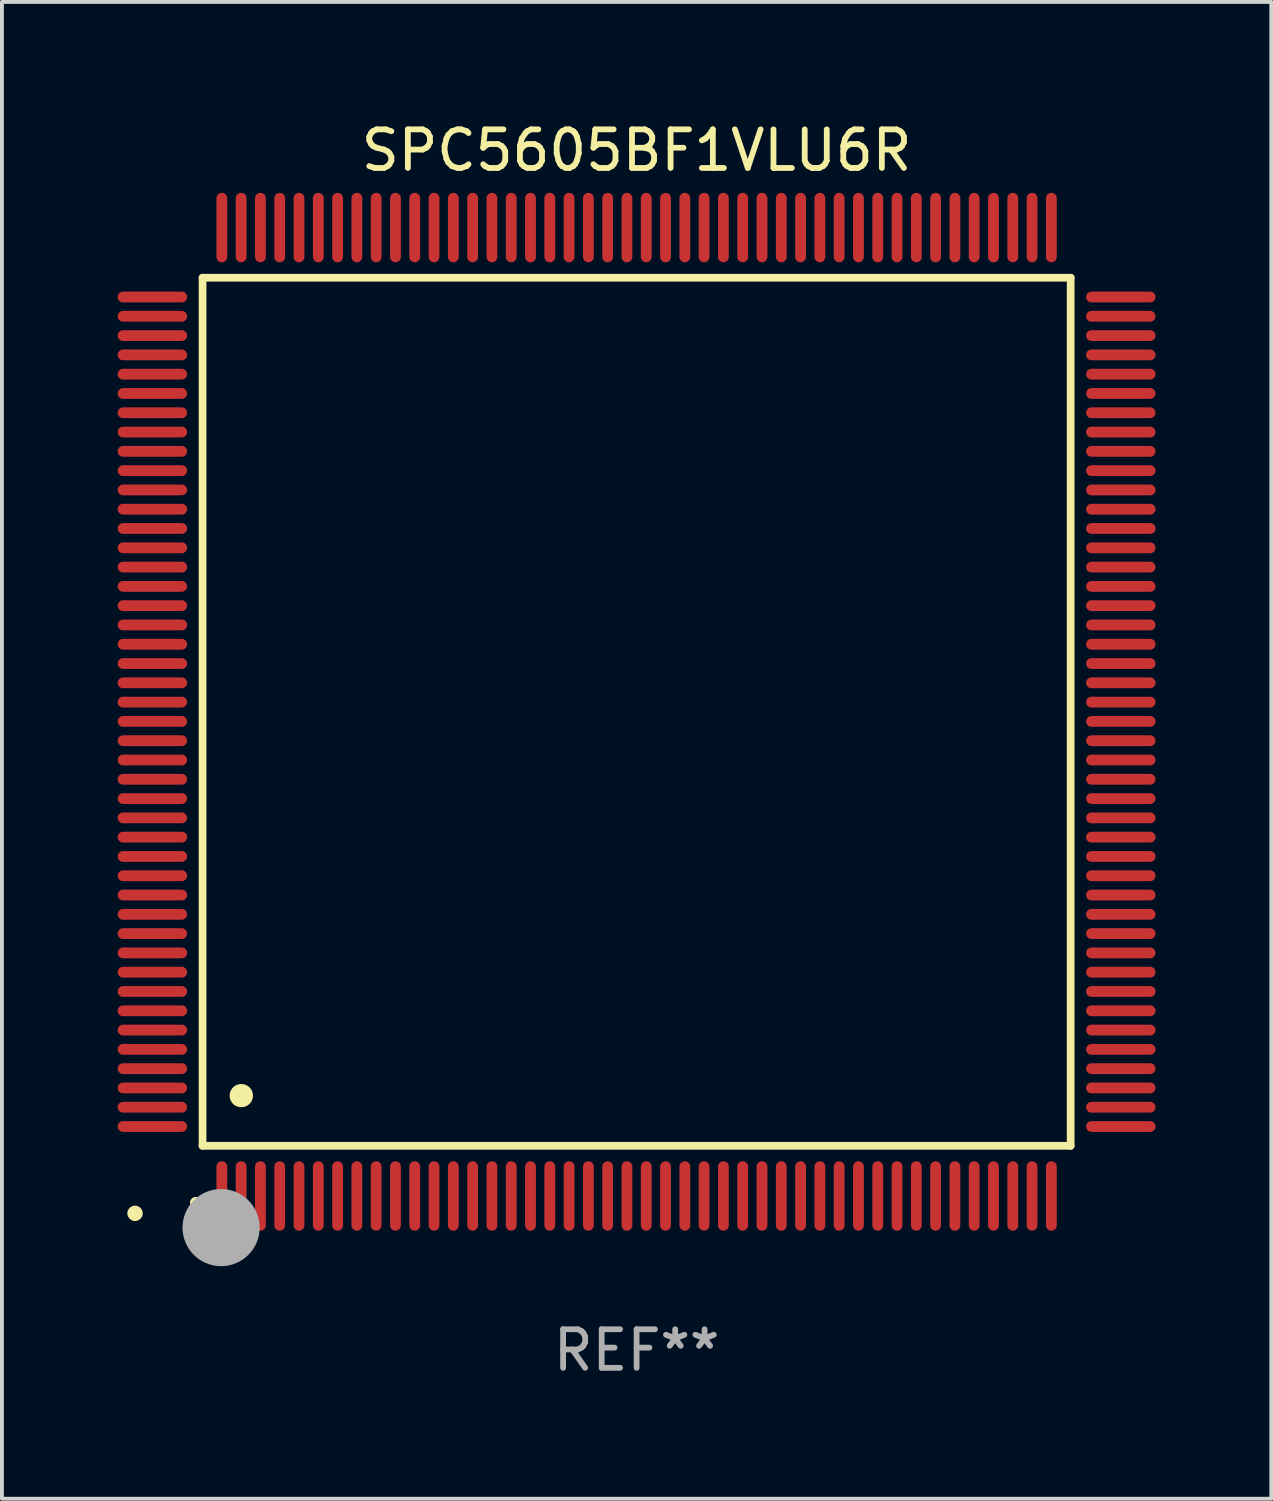
<source format=kicad_pcb>
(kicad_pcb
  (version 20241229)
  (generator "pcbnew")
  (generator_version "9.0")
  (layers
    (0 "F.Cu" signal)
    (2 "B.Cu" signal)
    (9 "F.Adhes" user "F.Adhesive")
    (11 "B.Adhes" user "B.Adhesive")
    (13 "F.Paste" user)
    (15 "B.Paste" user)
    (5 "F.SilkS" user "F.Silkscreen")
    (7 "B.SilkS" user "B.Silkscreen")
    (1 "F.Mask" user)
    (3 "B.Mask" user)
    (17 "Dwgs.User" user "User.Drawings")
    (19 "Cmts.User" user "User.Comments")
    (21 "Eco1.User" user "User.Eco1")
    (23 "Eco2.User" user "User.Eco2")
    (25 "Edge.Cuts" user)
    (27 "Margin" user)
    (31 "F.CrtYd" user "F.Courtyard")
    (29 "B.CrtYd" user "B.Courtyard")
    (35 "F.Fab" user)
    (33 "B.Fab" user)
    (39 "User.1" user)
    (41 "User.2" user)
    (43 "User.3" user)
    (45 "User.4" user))
  (footprint "SPC5605BF1VLU6R"
    (layer "F.Cu")
    (at 13.45 15.398)
    (property "Reference" "SPC5605BF1VLU6R" (at 0 -14.55 0) (layer "F.SilkS") (effects (font (size 1 1) (thickness 0.15))))
    (attr through_hole)
    (fp_line (start -11.25 -11.25) (end 11.25 -11.25) (stroke (width 0.2) (type solid)) (layer "F.SilkS"))
    (fp_line (start -11.25 11.25) (end -11.25 -11.25) (stroke (width 0.2) (type solid)) (layer "F.SilkS"))
    (fp_line (start 11.25 -11.25) (end 11.25 11.25) (stroke (width 0.2) (type solid)) (layer "F.SilkS"))
    (fp_line (start 11.25 11.25) (end -11.25 11.25) (stroke (width 0.2) (type solid)) (layer "F.SilkS"))
    (fp_arc (start -11.424943 12.725425) (mid -11.423673 12.72542) (end -11.422403 12.725425) (stroke (width 0.3) (type solid)) (layer "F.SilkS"))
    (fp_arc (start -10.24892 9.9492) (mid -10.24638 9.949189) (end -10.24384 9.9492) (stroke (width 0.6) (type solid)) (layer "F.SilkS"))
    (fp_circle (center -13 13) (end -12.9 13) (stroke (width 0.2) (type solid)) (fill no) (layer "F.SilkS"))
    (fp_circle (center -10.77 13.37) (end -10.27 13.37) (stroke (width 1) (type solid)) (fill no) (layer "F.Fab"))
    (fp_text user "REF**" (at 0 16.55 0) (layer "F.Fab") (effects (font (size 1 1) (thickness 0.15))))
    (pad "1" smd oval (at -10.75 12.55) (size 0.28 1.8) (layers "F.Cu" "F.Mask" "F.Paste"))
    (pad "2" smd oval (at -10.25 12.55) (size 0.28 1.8) (layers "F.Cu" "F.Mask" "F.Paste"))
    (pad "3" smd oval (at -9.75 12.55) (size 0.28 1.8) (layers "F.Cu" "F.Mask" "F.Paste"))
    (pad "4" smd oval (at -9.25 12.55) (size 0.28 1.8) (layers "F.Cu" "F.Mask" "F.Paste"))
    (pad "5" smd oval (at -8.75 12.55) (size 0.28 1.8) (layers "F.Cu" "F.Mask" "F.Paste"))
    (pad "6" smd oval (at -8.25 12.55) (size 0.28 1.8) (layers "F.Cu" "F.Mask" "F.Paste"))
    (pad "7" smd oval (at -7.75 12.55) (size 0.28 1.8) (layers "F.Cu" "F.Mask" "F.Paste"))
    (pad "8" smd oval (at -7.25 12.55) (size 0.28 1.8) (layers "F.Cu" "F.Mask" "F.Paste"))
    (pad "9" smd oval (at -6.75 12.55) (size 0.28 1.8) (layers "F.Cu" "F.Mask" "F.Paste"))
    (pad "10" smd oval (at -6.25 12.55) (size 0.28 1.8) (layers "F.Cu" "F.Mask" "F.Paste"))
    (pad "11" smd oval (at -5.75 12.55) (size 0.28 1.8) (layers "F.Cu" "F.Mask" "F.Paste"))
    (pad "12" smd oval (at -5.25 12.55) (size 0.28 1.8) (layers "F.Cu" "F.Mask" "F.Paste"))
    (pad "13" smd oval (at -4.75 12.55) (size 0.28 1.8) (layers "F.Cu" "F.Mask" "F.Paste"))
    (pad "14" smd oval (at -4.25 12.55) (size 0.28 1.8) (layers "F.Cu" "F.Mask" "F.Paste"))
    (pad "15" smd oval (at -3.75 12.55) (size 0.28 1.8) (layers "F.Cu" "F.Mask" "F.Paste"))
    (pad "16" smd oval (at -3.25 12.55) (size 0.28 1.8) (layers "F.Cu" "F.Mask" "F.Paste"))
    (pad "17" smd oval (at -2.75 12.55) (size 0.28 1.8) (layers "F.Cu" "F.Mask" "F.Paste"))
    (pad "18" smd oval (at -2.25 12.55) (size 0.28 1.8) (layers "F.Cu" "F.Mask" "F.Paste"))
    (pad "19" smd oval (at -1.75 12.55) (size 0.28 1.8) (layers "F.Cu" "F.Mask" "F.Paste"))
    (pad "20" smd oval (at -1.25 12.55) (size 0.28 1.8) (layers "F.Cu" "F.Mask" "F.Paste"))
    (pad "21" smd oval (at -0.75 12.55) (size 0.28 1.8) (layers "F.Cu" "F.Mask" "F.Paste"))
    (pad "22" smd oval (at -0.25 12.55) (size 0.28 1.8) (layers "F.Cu" "F.Mask" "F.Paste"))
    (pad "23" smd oval (at 0.25 12.55) (size 0.28 1.8) (layers "F.Cu" "F.Mask" "F.Paste"))
    (pad "24" smd oval (at 0.75 12.55) (size 0.28 1.8) (layers "F.Cu" "F.Mask" "F.Paste"))
    (pad "25" smd oval (at 1.25 12.55) (size 0.28 1.8) (layers "F.Cu" "F.Mask" "F.Paste"))
    (pad "26" smd oval (at 1.75 12.55) (size 0.28 1.8) (layers "F.Cu" "F.Mask" "F.Paste"))
    (pad "27" smd oval (at 2.25 12.55) (size 0.28 1.8) (layers "F.Cu" "F.Mask" "F.Paste"))
    (pad "28" smd oval (at 2.75 12.55) (size 0.28 1.8) (layers "F.Cu" "F.Mask" "F.Paste"))
    (pad "29" smd oval (at 3.25 12.55) (size 0.28 1.8) (layers "F.Cu" "F.Mask" "F.Paste"))
    (pad "30" smd oval (at 3.75 12.55) (size 0.28 1.8) (layers "F.Cu" "F.Mask" "F.Paste"))
    (pad "31" smd oval (at 4.25 12.55) (size 0.28 1.8) (layers "F.Cu" "F.Mask" "F.Paste"))
    (pad "32" smd oval (at 4.75 12.55) (size 0.28 1.8) (layers "F.Cu" "F.Mask" "F.Paste"))
    (pad "33" smd oval (at 5.25 12.55) (size 0.28 1.8) (layers "F.Cu" "F.Mask" "F.Paste"))
    (pad "34" smd oval (at 5.75 12.55) (size 0.28 1.8) (layers "F.Cu" "F.Mask" "F.Paste"))
    (pad "35" smd oval (at 6.25 12.55) (size 0.28 1.8) (layers "F.Cu" "F.Mask" "F.Paste"))
    (pad "36" smd oval (at 6.75 12.55) (size 0.28 1.8) (layers "F.Cu" "F.Mask" "F.Paste"))
    (pad "37" smd oval (at 7.25 12.55) (size 0.28 1.8) (layers "F.Cu" "F.Mask" "F.Paste"))
    (pad "38" smd oval (at 7.75 12.55) (size 0.28 1.8) (layers "F.Cu" "F.Mask" "F.Paste"))
    (pad "39" smd oval (at 8.25 12.55) (size 0.28 1.8) (layers "F.Cu" "F.Mask" "F.Paste"))
    (pad "40" smd oval (at 8.75 12.55) (size 0.28 1.8) (layers "F.Cu" "F.Mask" "F.Paste"))
    (pad "41" smd oval (at 9.25 12.55) (size 0.28 1.8) (layers "F.Cu" "F.Mask" "F.Paste"))
    (pad "42" smd oval (at 9.75 12.55) (size 0.28 1.8) (layers "F.Cu" "F.Mask" "F.Paste"))
    (pad "43" smd oval (at 10.25 12.55) (size 0.28 1.8) (layers "F.Cu" "F.Mask" "F.Paste"))
    (pad "44" smd oval (at 10.75 12.55) (size 0.28 1.8) (layers "F.Cu" "F.Mask" "F.Paste"))
    (pad "45" smd oval (at 12.55 10.75) (size 1.8 0.28) (layers "F.Cu" "F.Mask" "F.Paste"))
    (pad "46" smd oval (at 12.55 10.25) (size 1.8 0.28) (layers "F.Cu" "F.Mask" "F.Paste"))
    (pad "47" smd oval (at 12.55 9.75) (size 1.8 0.28) (layers "F.Cu" "F.Mask" "F.Paste"))
    (pad "48" smd oval (at 12.55 9.25) (size 1.8 0.28) (layers "F.Cu" "F.Mask" "F.Paste"))
    (pad "49" smd oval (at 12.55 8.75) (size 1.8 0.28) (layers "F.Cu" "F.Mask" "F.Paste"))
    (pad "50" smd oval (at 12.55 8.25) (size 1.8 0.28) (layers "F.Cu" "F.Mask" "F.Paste"))
    (pad "51" smd oval (at 12.55 7.75) (size 1.8 0.28) (layers "F.Cu" "F.Mask" "F.Paste"))
    (pad "52" smd oval (at 12.55 7.25) (size 1.8 0.28) (layers "F.Cu" "F.Mask" "F.Paste"))
    (pad "53" smd oval (at 12.55 6.75) (size 1.8 0.28) (layers "F.Cu" "F.Mask" "F.Paste"))
    (pad "54" smd oval (at 12.55 6.25) (size 1.8 0.28) (layers "F.Cu" "F.Mask" "F.Paste"))
    (pad "55" smd oval (at 12.55 5.75) (size 1.8 0.28) (layers "F.Cu" "F.Mask" "F.Paste"))
    (pad "56" smd oval (at 12.55 5.25) (size 1.8 0.28) (layers "F.Cu" "F.Mask" "F.Paste"))
    (pad "57" smd oval (at 12.55 4.75) (size 1.8 0.28) (layers "F.Cu" "F.Mask" "F.Paste"))
    (pad "58" smd oval (at 12.55 4.25) (size 1.8 0.28) (layers "F.Cu" "F.Mask" "F.Paste"))
    (pad "59" smd oval (at 12.55 3.75) (size 1.8 0.28) (layers "F.Cu" "F.Mask" "F.Paste"))
    (pad "60" smd oval (at 12.55 3.25) (size 1.8 0.28) (layers "F.Cu" "F.Mask" "F.Paste"))
    (pad "61" smd oval (at 12.55 2.75) (size 1.8 0.28) (layers "F.Cu" "F.Mask" "F.Paste"))
    (pad "62" smd oval (at 12.55 2.25) (size 1.8 0.28) (layers "F.Cu" "F.Mask" "F.Paste"))
    (pad "63" smd oval (at 12.55 1.75) (size 1.8 0.28) (layers "F.Cu" "F.Mask" "F.Paste"))
    (pad "64" smd oval (at 12.55 1.25) (size 1.8 0.28) (layers "F.Cu" "F.Mask" "F.Paste"))
    (pad "65" smd oval (at 12.55 0.75) (size 1.8 0.28) (layers "F.Cu" "F.Mask" "F.Paste"))
    (pad "66" smd oval (at 12.55 0.25) (size 1.8 0.28) (layers "F.Cu" "F.Mask" "F.Paste"))
    (pad "67" smd oval (at 12.55 -0.25) (size 1.8 0.28) (layers "F.Cu" "F.Mask" "F.Paste"))
    (pad "68" smd oval (at 12.55 -0.75) (size 1.8 0.28) (layers "F.Cu" "F.Mask" "F.Paste"))
    (pad "69" smd oval (at 12.55 -1.25) (size 1.8 0.28) (layers "F.Cu" "F.Mask" "F.Paste"))
    (pad "70" smd oval (at 12.55 -1.75) (size 1.8 0.28) (layers "F.Cu" "F.Mask" "F.Paste"))
    (pad "71" smd oval (at 12.55 -2.25) (size 1.8 0.28) (layers "F.Cu" "F.Mask" "F.Paste"))
    (pad "72" smd oval (at 12.55 -2.75) (size 1.8 0.28) (layers "F.Cu" "F.Mask" "F.Paste"))
    (pad "73" smd oval (at 12.55 -3.25) (size 1.8 0.28) (layers "F.Cu" "F.Mask" "F.Paste"))
    (pad "74" smd oval (at 12.55 -3.75) (size 1.8 0.28) (layers "F.Cu" "F.Mask" "F.Paste"))
    (pad "75" smd oval (at 12.55 -4.25) (size 1.8 0.28) (layers "F.Cu" "F.Mask" "F.Paste"))
    (pad "76" smd oval (at 12.55 -4.75) (size 1.8 0.28) (layers "F.Cu" "F.Mask" "F.Paste"))
    (pad "77" smd oval (at 12.55 -5.25) (size 1.8 0.28) (layers "F.Cu" "F.Mask" "F.Paste"))
    (pad "78" smd oval (at 12.55 -5.75) (size 1.8 0.28) (layers "F.Cu" "F.Mask" "F.Paste"))
    (pad "79" smd oval (at 12.55 -6.25) (size 1.8 0.28) (layers "F.Cu" "F.Mask" "F.Paste"))
    (pad "80" smd oval (at 12.55 -6.75) (size 1.8 0.28) (layers "F.Cu" "F.Mask" "F.Paste"))
    (pad "81" smd oval (at 12.55 -7.25) (size 1.8 0.28) (layers "F.Cu" "F.Mask" "F.Paste"))
    (pad "82" smd oval (at 12.55 -7.75) (size 1.8 0.28) (layers "F.Cu" "F.Mask" "F.Paste"))
    (pad "83" smd oval (at 12.55 -8.25) (size 1.8 0.28) (layers "F.Cu" "F.Mask" "F.Paste"))
    (pad "84" smd oval (at 12.55 -8.75) (size 1.8 0.28) (layers "F.Cu" "F.Mask" "F.Paste"))
    (pad "85" smd oval (at 12.55 -9.25) (size 1.8 0.28) (layers "F.Cu" "F.Mask" "F.Paste"))
    (pad "86" smd oval (at 12.55 -9.75) (size 1.8 0.28) (layers "F.Cu" "F.Mask" "F.Paste"))
    (pad "87" smd oval (at 12.55 -10.25) (size 1.8 0.28) (layers "F.Cu" "F.Mask" "F.Paste"))
    (pad "88" smd oval (at 12.55 -10.75) (size 1.8 0.28) (layers "F.Cu" "F.Mask" "F.Paste"))
    (pad "89" smd oval (at 10.75 -12.55) (size 0.28 1.8) (layers "F.Cu" "F.Mask" "F.Paste"))
    (pad "90" smd oval (at 10.25 -12.55) (size 0.28 1.8) (layers "F.Cu" "F.Mask" "F.Paste"))
    (pad "91" smd oval (at 9.75 -12.55) (size 0.28 1.8) (layers "F.Cu" "F.Mask" "F.Paste"))
    (pad "92" smd oval (at 9.25 -12.55) (size 0.28 1.8) (layers "F.Cu" "F.Mask" "F.Paste"))
    (pad "93" smd oval (at 8.75 -12.55) (size 0.28 1.8) (layers "F.Cu" "F.Mask" "F.Paste"))
    (pad "94" smd oval (at 8.25 -12.55) (size 0.28 1.8) (layers "F.Cu" "F.Mask" "F.Paste"))
    (pad "95" smd oval (at 7.75 -12.55) (size 0.28 1.8) (layers "F.Cu" "F.Mask" "F.Paste"))
    (pad "96" smd oval (at 7.25 -12.55) (size 0.28 1.8) (layers "F.Cu" "F.Mask" "F.Paste"))
    (pad "97" smd oval (at 6.75 -12.55) (size 0.28 1.8) (layers "F.Cu" "F.Mask" "F.Paste"))
    (pad "98" smd oval (at 6.25 -12.55) (size 0.28 1.8) (layers "F.Cu" "F.Mask" "F.Paste"))
    (pad "99" smd oval (at 5.75 -12.55) (size 0.28 1.8) (layers "F.Cu" "F.Mask" "F.Paste"))
    (pad "100" smd oval (at 5.25 -12.55) (size 0.28 1.8) (layers "F.Cu" "F.Mask" "F.Paste"))
    (pad "101" smd oval (at 4.75 -12.55) (size 0.28 1.8) (layers "F.Cu" "F.Mask" "F.Paste"))
    (pad "102" smd oval (at 4.25 -12.55) (size 0.28 1.8) (layers "F.Cu" "F.Mask" "F.Paste"))
    (pad "103" smd oval (at 3.75 -12.55) (size 0.28 1.8) (layers "F.Cu" "F.Mask" "F.Paste"))
    (pad "104" smd oval (at 3.25 -12.55) (size 0.28 1.8) (layers "F.Cu" "F.Mask" "F.Paste"))
    (pad "105" smd oval (at 2.75 -12.55) (size 0.28 1.8) (layers "F.Cu" "F.Mask" "F.Paste"))
    (pad "106" smd oval (at 2.25 -12.55) (size 0.28 1.8) (layers "F.Cu" "F.Mask" "F.Paste"))
    (pad "107" smd oval (at 1.75 -12.55) (size 0.28 1.8) (layers "F.Cu" "F.Mask" "F.Paste"))
    (pad "108" smd oval (at 1.25 -12.55) (size 0.28 1.8) (layers "F.Cu" "F.Mask" "F.Paste"))
    (pad "109" smd oval (at 0.75 -12.55) (size 0.28 1.8) (layers "F.Cu" "F.Mask" "F.Paste"))
    (pad "110" smd oval (at 0.25 -12.55) (size 0.28 1.8) (layers "F.Cu" "F.Mask" "F.Paste"))
    (pad "111" smd oval (at -0.25 -12.55) (size 0.28 1.8) (layers "F.Cu" "F.Mask" "F.Paste"))
    (pad "112" smd oval (at -0.75 -12.55) (size 0.28 1.8) (layers "F.Cu" "F.Mask" "F.Paste"))
    (pad "113" smd oval (at -1.25 -12.55) (size 0.28 1.8) (layers "F.Cu" "F.Mask" "F.Paste"))
    (pad "114" smd oval (at -1.75 -12.55) (size 0.28 1.8) (layers "F.Cu" "F.Mask" "F.Paste"))
    (pad "115" smd oval (at -2.25 -12.55) (size 0.28 1.8) (layers "F.Cu" "F.Mask" "F.Paste"))
    (pad "116" smd oval (at -2.75 -12.55) (size 0.28 1.8) (layers "F.Cu" "F.Mask" "F.Paste"))
    (pad "117" smd oval (at -3.25 -12.55) (size 0.28 1.8) (layers "F.Cu" "F.Mask" "F.Paste"))
    (pad "118" smd oval (at -3.75 -12.55) (size 0.28 1.8) (layers "F.Cu" "F.Mask" "F.Paste"))
    (pad "119" smd oval (at -4.25 -12.55) (size 0.28 1.8) (layers "F.Cu" "F.Mask" "F.Paste"))
    (pad "120" smd oval (at -4.75 -12.55) (size 0.28 1.8) (layers "F.Cu" "F.Mask" "F.Paste"))
    (pad "121" smd oval (at -5.25 -12.55) (size 0.28 1.8) (layers "F.Cu" "F.Mask" "F.Paste"))
    (pad "122" smd oval (at -5.75 -12.55) (size 0.28 1.8) (layers "F.Cu" "F.Mask" "F.Paste"))
    (pad "123" smd oval (at -6.25 -12.55) (size 0.28 1.8) (layers "F.Cu" "F.Mask" "F.Paste"))
    (pad "124" smd oval (at -6.75 -12.55) (size 0.28 1.8) (layers "F.Cu" "F.Mask" "F.Paste"))
    (pad "125" smd oval (at -7.25 -12.55) (size 0.28 1.8) (layers "F.Cu" "F.Mask" "F.Paste"))
    (pad "126" smd oval (at -7.75 -12.55) (size 0.28 1.8) (layers "F.Cu" "F.Mask" "F.Paste"))
    (pad "127" smd oval (at -8.25 -12.55) (size 0.28 1.8) (layers "F.Cu" "F.Mask" "F.Paste"))
    (pad "128" smd oval (at -8.75 -12.55) (size 0.28 1.8) (layers "F.Cu" "F.Mask" "F.Paste"))
    (pad "129" smd oval (at -9.25 -12.55) (size 0.28 1.8) (layers "F.Cu" "F.Mask" "F.Paste"))
    (pad "130" smd oval (at -9.75 -12.55) (size 0.28 1.8) (layers "F.Cu" "F.Mask" "F.Paste"))
    (pad "131" smd oval (at -10.25 -12.55) (size 0.28 1.8) (layers "F.Cu" "F.Mask" "F.Paste"))
    (pad "132" smd oval (at -10.75 -12.55) (size 0.28 1.8) (layers "F.Cu" "F.Mask" "F.Paste"))
    (pad "133" smd oval (at -12.55 -10.75) (size 1.8 0.28) (layers "F.Cu" "F.Mask" "F.Paste"))
    (pad "134" smd oval (at -12.55 -10.25) (size 1.8 0.28) (layers "F.Cu" "F.Mask" "F.Paste"))
    (pad "135" smd oval (at -12.55 -9.75) (size 1.8 0.28) (layers "F.Cu" "F.Mask" "F.Paste"))
    (pad "136" smd oval (at -12.55 -9.25) (size 1.8 0.28) (layers "F.Cu" "F.Mask" "F.Paste"))
    (pad "137" smd oval (at -12.55 -8.75) (size 1.8 0.28) (layers "F.Cu" "F.Mask" "F.Paste"))
    (pad "138" smd oval (at -12.55 -8.25) (size 1.8 0.28) (layers "F.Cu" "F.Mask" "F.Paste"))
    (pad "139" smd oval (at -12.55 -7.75) (size 1.8 0.28) (layers "F.Cu" "F.Mask" "F.Paste"))
    (pad "140" smd oval (at -12.55 -7.25) (size 1.8 0.28) (layers "F.Cu" "F.Mask" "F.Paste"))
    (pad "141" smd oval (at -12.55 -6.75) (size 1.8 0.28) (layers "F.Cu" "F.Mask" "F.Paste"))
    (pad "142" smd oval (at -12.55 -6.25) (size 1.8 0.28) (layers "F.Cu" "F.Mask" "F.Paste"))
    (pad "143" smd oval (at -12.55 -5.75) (size 1.8 0.28) (layers "F.Cu" "F.Mask" "F.Paste"))
    (pad "144" smd oval (at -12.55 -5.25) (size 1.8 0.28) (layers "F.Cu" "F.Mask" "F.Paste"))
    (pad "145" smd oval (at -12.55 -4.75) (size 1.8 0.28) (layers "F.Cu" "F.Mask" "F.Paste"))
    (pad "146" smd oval (at -12.55 -4.25) (size 1.8 0.28) (layers "F.Cu" "F.Mask" "F.Paste"))
    (pad "147" smd oval (at -12.55 -3.75) (size 1.8 0.28) (layers "F.Cu" "F.Mask" "F.Paste"))
    (pad "148" smd oval (at -12.55 -3.25) (size 1.8 0.28) (layers "F.Cu" "F.Mask" "F.Paste"))
    (pad "149" smd oval (at -12.55 -2.75) (size 1.8 0.28) (layers "F.Cu" "F.Mask" "F.Paste"))
    (pad "150" smd oval (at -12.55 -2.25) (size 1.8 0.28) (layers "F.Cu" "F.Mask" "F.Paste"))
    (pad "151" smd oval (at -12.55 -1.75) (size 1.8 0.28) (layers "F.Cu" "F.Mask" "F.Paste"))
    (pad "152" smd oval (at -12.55 -1.25) (size 1.8 0.28) (layers "F.Cu" "F.Mask" "F.Paste"))
    (pad "153" smd oval (at -12.55 -0.75) (size 1.8 0.28) (layers "F.Cu" "F.Mask" "F.Paste"))
    (pad "154" smd oval (at -12.55 -0.25) (size 1.8 0.28) (layers "F.Cu" "F.Mask" "F.Paste"))
    (pad "155" smd oval (at -12.55 0.25) (size 1.8 0.28) (layers "F.Cu" "F.Mask" "F.Paste"))
    (pad "156" smd oval (at -12.55 0.75) (size 1.8 0.28) (layers "F.Cu" "F.Mask" "F.Paste"))
    (pad "157" smd oval (at -12.55 1.25) (size 1.8 0.28) (layers "F.Cu" "F.Mask" "F.Paste"))
    (pad "158" smd oval (at -12.55 1.75) (size 1.8 0.28) (layers "F.Cu" "F.Mask" "F.Paste"))
    (pad "159" smd oval (at -12.55 2.25) (size 1.8 0.28) (layers "F.Cu" "F.Mask" "F.Paste"))
    (pad "160" smd oval (at -12.55 2.75) (size 1.8 0.28) (layers "F.Cu" "F.Mask" "F.Paste"))
    (pad "161" smd oval (at -12.55 3.25) (size 1.8 0.28) (layers "F.Cu" "F.Mask" "F.Paste"))
    (pad "162" smd oval (at -12.55 3.75) (size 1.8 0.28) (layers "F.Cu" "F.Mask" "F.Paste"))
    (pad "163" smd oval (at -12.55 4.25) (size 1.8 0.28) (layers "F.Cu" "F.Mask" "F.Paste"))
    (pad "164" smd oval (at -12.55 4.75) (size 1.8 0.28) (layers "F.Cu" "F.Mask" "F.Paste"))
    (pad "165" smd oval (at -12.55 5.25) (size 1.8 0.28) (layers "F.Cu" "F.Mask" "F.Paste"))
    (pad "166" smd oval (at -12.55 5.75) (size 1.8 0.28) (layers "F.Cu" "F.Mask" "F.Paste"))
    (pad "167" smd oval (at -12.55 6.25) (size 1.8 0.28) (layers "F.Cu" "F.Mask" "F.Paste"))
    (pad "168" smd oval (at -12.55 6.75) (size 1.8 0.28) (layers "F.Cu" "F.Mask" "F.Paste"))
    (pad "169" smd oval (at -12.55 7.25) (size 1.8 0.28) (layers "F.Cu" "F.Mask" "F.Paste"))
    (pad "170" smd oval (at -12.55 7.75) (size 1.8 0.28) (layers "F.Cu" "F.Mask" "F.Paste"))
    (pad "171" smd oval (at -12.55 8.25) (size 1.8 0.28) (layers "F.Cu" "F.Mask" "F.Paste"))
    (pad "172" smd oval (at -12.55 8.75) (size 1.8 0.28) (layers "F.Cu" "F.Mask" "F.Paste"))
    (pad "173" smd oval (at -12.55 9.25) (size 1.8 0.28) (layers "F.Cu" "F.Mask" "F.Paste"))
    (pad "174" smd oval (at -12.55 9.75) (size 1.8 0.28) (layers "F.Cu" "F.Mask" "F.Paste"))
    (pad "175" smd oval (at -12.55 10.25) (size 1.8 0.28) (layers "F.Cu" "F.Mask" "F.Paste"))
    (pad "176" smd oval (at -12.55 10.75) (size 1.8 0.28) (layers "F.Cu" "F.Mask" "F.Paste")))
  (gr_rect
    (start -3 -3)
    (end 29.9 35.796)
    (stroke (width 0.1) (type default))
    (fill no)
    (layer "Edge.Cuts")))
</source>
